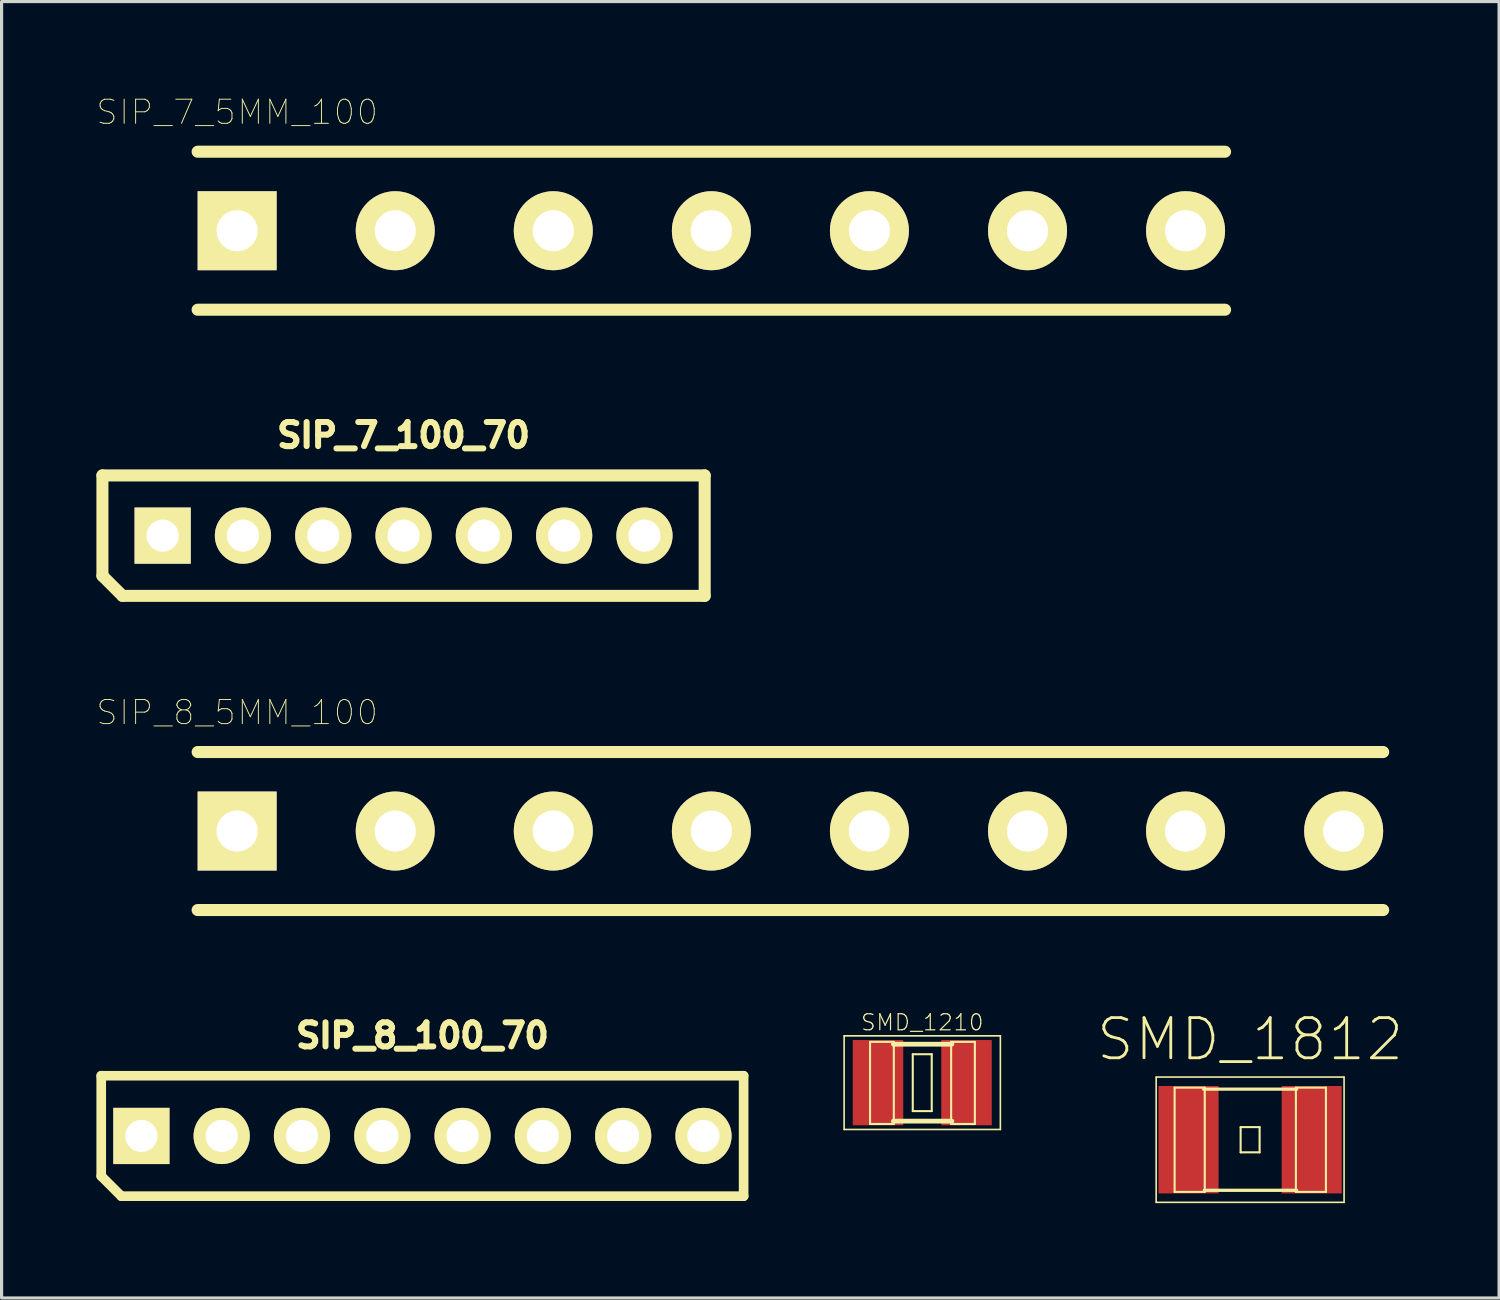
<source format=kicad_pcb>
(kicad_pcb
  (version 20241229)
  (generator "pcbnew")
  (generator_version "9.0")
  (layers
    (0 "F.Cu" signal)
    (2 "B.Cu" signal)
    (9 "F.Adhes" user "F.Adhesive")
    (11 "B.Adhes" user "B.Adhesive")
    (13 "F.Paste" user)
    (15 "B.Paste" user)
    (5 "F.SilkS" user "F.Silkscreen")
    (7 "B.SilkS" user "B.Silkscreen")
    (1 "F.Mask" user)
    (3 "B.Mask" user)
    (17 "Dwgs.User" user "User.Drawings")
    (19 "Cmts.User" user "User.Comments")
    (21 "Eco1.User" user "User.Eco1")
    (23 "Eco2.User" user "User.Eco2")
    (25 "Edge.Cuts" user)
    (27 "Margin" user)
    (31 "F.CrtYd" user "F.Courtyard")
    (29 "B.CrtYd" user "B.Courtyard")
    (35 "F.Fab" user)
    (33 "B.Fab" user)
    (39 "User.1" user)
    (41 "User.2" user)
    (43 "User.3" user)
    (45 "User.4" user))
  (footprint "SIP_8_5MM_100"
    (layer "F.Cu")
    (at 4.451 23.237)
    (property "Reference" "SIP_8_5MM_100" (at 0 -3.749 0) (layer "F.SilkS") (effects (font (size 0.762 0.762) (thickness 0.03))))
    (attr through_hole)
    (fp_line (start -1.25 -2.499) (end 36.251 -2.499) (stroke (width 0.381) (type solid)) (layer "F.SilkS"))
    (fp_line (start -1.25 2.499) (end 36.251 2.499) (stroke (width 0.381) (type solid)) (layer "F.SilkS"))
    (pad "1" thru_hole rect (at 0 0) (size 2.499 2.499) (drill 1.3) (layers "*.Cu" "*.Mask" "F.SilkS"))
    (pad "2" thru_hole circle (at 5.001 0) (size 2.499 2.499) (drill 1.3) (layers "*.Cu" "*.Mask" "F.SilkS"))
    (pad "3" thru_hole circle (at 10 0) (size 2.499 2.499) (drill 1.3) (layers "*.Cu" "*.Mask" "F.SilkS"))
    (pad "4" thru_hole circle (at 15.001 0) (size 2.499 2.499) (drill 1.3) (layers "*.Cu" "*.Mask" "F.SilkS"))
    (pad "5" thru_hole circle (at 20 0) (size 2.499 2.499) (drill 1.3) (layers "*.Cu" "*.Mask" "F.SilkS"))
    (pad "6" thru_hole circle (at 25.001 0) (size 2.499 2.499) (drill 1.3) (layers "*.Cu" "*.Mask" "F.SilkS"))
    (pad "7" thru_hole circle (at 30 0) (size 2.499 2.499) (drill 1.3) (layers "*.Cu" "*.Mask" "F.SilkS"))
    (pad "8" thru_hole circle (at 35.001 0) (size 2.499 2.499) (drill 1.3) (layers "*.Cu" "*.Mask" "F.SilkS")))
  (footprint "SMD_1812"
    (layer "F.Cu")
    (at 36.493 33.001)
    (property "Reference" "SMD_1812" (at 0 -3.175 0) (layer "F.SilkS") (effects (font (size 1.27 1.27) (thickness 0.089))))
    (attr smd)
    (fp_line (start -2.972 -1.981) (end 2.972 -1.981) (stroke (width 0.051) (type solid)) (layer "F.SilkS"))
    (fp_line (start -2.972 1.981) (end -2.972 -1.981) (stroke (width 0.051) (type solid)) (layer "F.SilkS"))
    (fp_line (start -2.388 -1.648) (end -1.435 -1.648) (stroke (width 0.066) (type solid)) (layer "F.SilkS"))
    (fp_line (start -2.388 1.651) (end -2.388 -1.648) (stroke (width 0.066) (type solid)) (layer "F.SilkS"))
    (fp_line (start -2.388 1.651) (end -1.435 1.651) (stroke (width 0.066) (type solid)) (layer "F.SilkS"))
    (fp_line (start -1.473 -1.6) (end 1.473 -1.6) (stroke (width 0.102) (type solid)) (layer "F.SilkS"))
    (fp_line (start -1.448 1.6) (end 1.473 1.6) (stroke (width 0.102) (type solid)) (layer "F.SilkS"))
    (fp_line (start -1.435 1.651) (end -1.435 -1.648) (stroke (width 0.066) (type solid)) (layer "F.SilkS"))
    (fp_line (start -0.3 -0.399) (end 0.3 -0.399) (stroke (width 0.066) (type solid)) (layer "F.SilkS"))
    (fp_line (start -0.3 0.399) (end -0.3 -0.399) (stroke (width 0.066) (type solid)) (layer "F.SilkS"))
    (fp_line (start -0.3 0.399) (end 0.3 0.399) (stroke (width 0.066) (type solid)) (layer "F.SilkS"))
    (fp_line (start 0.3 0.399) (end 0.3 -0.399) (stroke (width 0.066) (type solid)) (layer "F.SilkS"))
    (fp_line (start 1.448 -1.648) (end 2.398 -1.648) (stroke (width 0.066) (type solid)) (layer "F.SilkS"))
    (fp_line (start 1.448 1.651) (end 1.448 -1.648) (stroke (width 0.066) (type solid)) (layer "F.SilkS"))
    (fp_line (start 1.448 1.651) (end 2.398 1.651) (stroke (width 0.066) (type solid)) (layer "F.SilkS"))
    (fp_line (start 2.398 1.651) (end 2.398 -1.648) (stroke (width 0.066) (type solid)) (layer "F.SilkS"))
    (fp_line (start 2.972 -1.981) (end 2.972 1.981) (stroke (width 0.051) (type solid)) (layer "F.SilkS"))
    (fp_line (start 2.972 1.981) (end -2.972 1.981) (stroke (width 0.051) (type solid)) (layer "F.SilkS"))
    (pad "1" smd rect (at -1.948 0) (size 1.9 3.399) (layers "F.Cu" "F.Mask" "F.Paste"))
    (pad "2" smd rect (at 1.948 0) (size 1.9 3.399) (layers "F.Cu" "F.Mask" "F.Paste")))
  (footprint "SIP_7_5MM_100"
    (layer "F.Cu")
    (at 4.451 4.248)
    (property "Reference" "SIP_7_5MM_100" (at 0 -3.749 0) (layer "F.SilkS") (effects (font (size 0.762 0.762) (thickness 0.03))))
    (attr through_hole)
    (fp_line (start -1.25 -2.499) (end 31.25 -2.499) (stroke (width 0.381) (type solid)) (layer "F.SilkS"))
    (fp_line (start -1.25 2.499) (end 31.25 2.499) (stroke (width 0.381) (type solid)) (layer "F.SilkS"))
    (pad "1" thru_hole rect (at 0 0) (size 2.499 2.499) (drill 1.3) (layers "*.Cu" "*.Mask" "F.SilkS"))
    (pad "2" thru_hole circle (at 5.001 0) (size 2.499 2.499) (drill 1.3) (layers "*.Cu" "*.Mask" "F.SilkS"))
    (pad "3" thru_hole circle (at 10 0) (size 2.499 2.499) (drill 1.3) (layers "*.Cu" "*.Mask" "F.SilkS"))
    (pad "4" thru_hole circle (at 15.001 0) (size 2.499 2.499) (drill 1.3) (layers "*.Cu" "*.Mask" "F.SilkS"))
    (pad "5" thru_hole circle (at 20 0) (size 2.499 2.499) (drill 1.3) (layers "*.Cu" "*.Mask" "F.SilkS"))
    (pad "6" thru_hole circle (at 25.001 0) (size 2.499 2.499) (drill 1.3) (layers "*.Cu" "*.Mask" "F.SilkS"))
    (pad "7" thru_hole circle (at 30 0) (size 2.499 2.499) (drill 1.3) (layers "*.Cu" "*.Mask" "F.SilkS")))
  (footprint "SIP_7_100_70"
    (layer "F.Cu")
    (at 2.095 13.893)
    (property "Reference" "SIP_7_100_70" (at 7.62 -3.175 0) (layer "F.SilkS") (effects (font (size 0.762 0.762) (thickness 0.191))))
    (attr through_hole)
    (fp_line (start -1.905 -1.905) (end -1.905 1.27) (stroke (width 0.381) (type solid)) (layer "F.SilkS"))
    (fp_line (start -1.905 1.27) (end -1.27 1.905) (stroke (width 0.381) (type solid)) (layer "F.SilkS"))
    (fp_line (start -1.27 1.905) (end 17.145 1.905) (stroke (width 0.381) (type solid)) (layer "F.SilkS"))
    (fp_line (start 17.145 -1.905) (end -1.905 -1.905) (stroke (width 0.381) (type solid)) (layer "F.SilkS"))
    (fp_line (start 17.145 1.905) (end 17.145 -1.905) (stroke (width 0.381) (type solid)) (layer "F.SilkS"))
    (pad "1" thru_hole rect (at 0 0) (size 1.778 1.778) (drill 1.016) (layers "*.Cu" "*.Mask" "F.SilkS"))
    (pad "2" thru_hole circle (at 2.54 0) (size 1.778 1.778) (drill 1.016) (layers "*.Cu" "*.Mask" "F.SilkS"))
    (pad "3" thru_hole circle (at 5.08 0) (size 1.778 1.778) (drill 1.016) (layers "*.Cu" "*.Mask" "F.SilkS"))
    (pad "4" thru_hole circle (at 7.62 0) (size 1.778 1.778) (drill 1.016) (layers "*.Cu" "*.Mask" "F.SilkS"))
    (pad "5" thru_hole circle (at 10.16 0) (size 1.778 1.778) (drill 1.016) (layers "*.Cu" "*.Mask" "F.SilkS"))
    (pad "6" thru_hole circle (at 12.7 0) (size 1.778 1.778) (drill 1.016) (layers "*.Cu" "*.Mask" "F.SilkS"))
    (pad "7" thru_hole circle (at 15.24 0) (size 1.778 1.778) (drill 1.016) (layers "*.Cu" "*.Mask" "F.SilkS")))
  (footprint "SMD_1210"
    (layer "F.Cu")
    (at 26.122 31.196)
    (property "Reference" "SMD_1210" (at 0 -1.905 0) (layer "F.SilkS") (effects (font (size 0.508 0.508) (thickness 0.038))))
    (attr smd)
    (fp_line (start -2.471 -1.481) (end 2.471 -1.481) (stroke (width 0.051) (type solid)) (layer "F.SilkS"))
    (fp_line (start -2.471 1.481) (end -2.471 -1.481) (stroke (width 0.051) (type solid)) (layer "F.SilkS"))
    (fp_line (start -1.651 -1.29) (end -0.899 -1.29) (stroke (width 0.066) (type solid)) (layer "F.SilkS"))
    (fp_line (start -1.651 1.308) (end -1.651 -1.29) (stroke (width 0.066) (type solid)) (layer "F.SilkS"))
    (fp_line (start -1.651 1.308) (end -0.899 1.308) (stroke (width 0.066) (type solid)) (layer "F.SilkS"))
    (fp_line (start -0.912 -1.217) (end 0.937 -1.217) (stroke (width 0.152) (type solid)) (layer "F.SilkS"))
    (fp_line (start -0.912 1.217) (end 0.937 1.217) (stroke (width 0.152) (type solid)) (layer "F.SilkS"))
    (fp_line (start -0.899 1.308) (end -0.899 -1.29) (stroke (width 0.066) (type solid)) (layer "F.SilkS"))
    (fp_line (start -0.3 -0.899) (end 0.3 -0.899) (stroke (width 0.066) (type solid)) (layer "F.SilkS"))
    (fp_line (start -0.3 0.899) (end -0.3 -0.899) (stroke (width 0.066) (type solid)) (layer "F.SilkS"))
    (fp_line (start -0.3 0.899) (end 0.3 0.899) (stroke (width 0.066) (type solid)) (layer "F.SilkS"))
    (fp_line (start 0.3 0.899) (end 0.3 -0.899) (stroke (width 0.066) (type solid)) (layer "F.SilkS"))
    (fp_line (start 0.914 -1.29) (end 1.664 -1.29) (stroke (width 0.066) (type solid)) (layer "F.SilkS"))
    (fp_line (start 0.914 1.308) (end 0.914 -1.29) (stroke (width 0.066) (type solid)) (layer "F.SilkS"))
    (fp_line (start 0.914 1.308) (end 1.664 1.308) (stroke (width 0.066) (type solid)) (layer "F.SilkS"))
    (fp_line (start 1.664 1.308) (end 1.664 -1.29) (stroke (width 0.066) (type solid)) (layer "F.SilkS"))
    (fp_line (start 2.471 -1.481) (end 2.471 1.481) (stroke (width 0.051) (type solid)) (layer "F.SilkS"))
    (fp_line (start 2.471 1.481) (end -2.471 1.481) (stroke (width 0.051) (type solid)) (layer "F.SilkS"))
    (pad "1" smd rect (at -1.4 0) (size 1.598 2.697) (layers "F.Cu" "F.Mask" "F.Paste"))
    (pad "2" smd rect (at 1.4 0) (size 1.598 2.697) (layers "F.Cu" "F.Mask" "F.Paste")))
  (footprint "SIP_8_100_70"
    (layer "F.Cu")
    (at 1.422 32.882)
    (property "Reference" "SIP_8_100_70" (at 8.89 -3.175 0) (layer "F.SilkS") (effects (font (size 0.762 0.762) (thickness 0.191))))
    (attr through_hole)
    (fp_line (start -1.27 -1.905) (end -1.27 1.27) (stroke (width 0.305) (type solid)) (layer "F.SilkS"))
    (fp_line (start -1.27 1.27) (end -0.635 1.905) (stroke (width 0.305) (type solid)) (layer "F.SilkS"))
    (fp_line (start -0.635 1.905) (end 19.05 1.905) (stroke (width 0.305) (type solid)) (layer "F.SilkS"))
    (fp_line (start 19.05 -1.905) (end -1.27 -1.905) (stroke (width 0.305) (type solid)) (layer "F.SilkS"))
    (fp_line (start 19.05 1.905) (end 19.05 -1.905) (stroke (width 0.305) (type solid)) (layer "F.SilkS"))
    (pad "1" thru_hole rect (at 0 0) (size 1.778 1.778) (drill 1.016) (layers "*.Cu" "*.Mask" "F.SilkS"))
    (pad "2" thru_hole circle (at 2.54 0) (size 1.778 1.778) (drill 1.016) (layers "*.Cu" "*.Mask" "F.SilkS"))
    (pad "3" thru_hole circle (at 5.08 0) (size 1.778 1.778) (drill 1.016) (layers "*.Cu" "*.Mask" "F.SilkS"))
    (pad "4" thru_hole circle (at 7.62 0) (size 1.778 1.778) (drill 1.016) (layers "*.Cu" "*.Mask" "F.SilkS"))
    (pad "5" thru_hole circle (at 10.16 0) (size 1.778 1.778) (drill 1.016) (layers "*.Cu" "*.Mask" "F.SilkS"))
    (pad "6" thru_hole circle (at 12.7 0) (size 1.778 1.778) (drill 1.016) (layers "*.Cu" "*.Mask" "F.SilkS"))
    (pad "7" thru_hole circle (at 15.24 0) (size 1.778 1.778) (drill 1.016) (layers "*.Cu" "*.Mask" "F.SilkS"))
    (pad "8" thru_hole circle (at 17.78 0) (size 1.778 1.778) (drill 1.016) (layers "*.Cu" "*.Mask" "F.SilkS")))
  (gr_rect
    (start -3 -3)
    (end 44.368 38.007)
    (stroke (width 0.1) (type default))
    (fill no)
    (layer "Edge.Cuts")))
</source>
